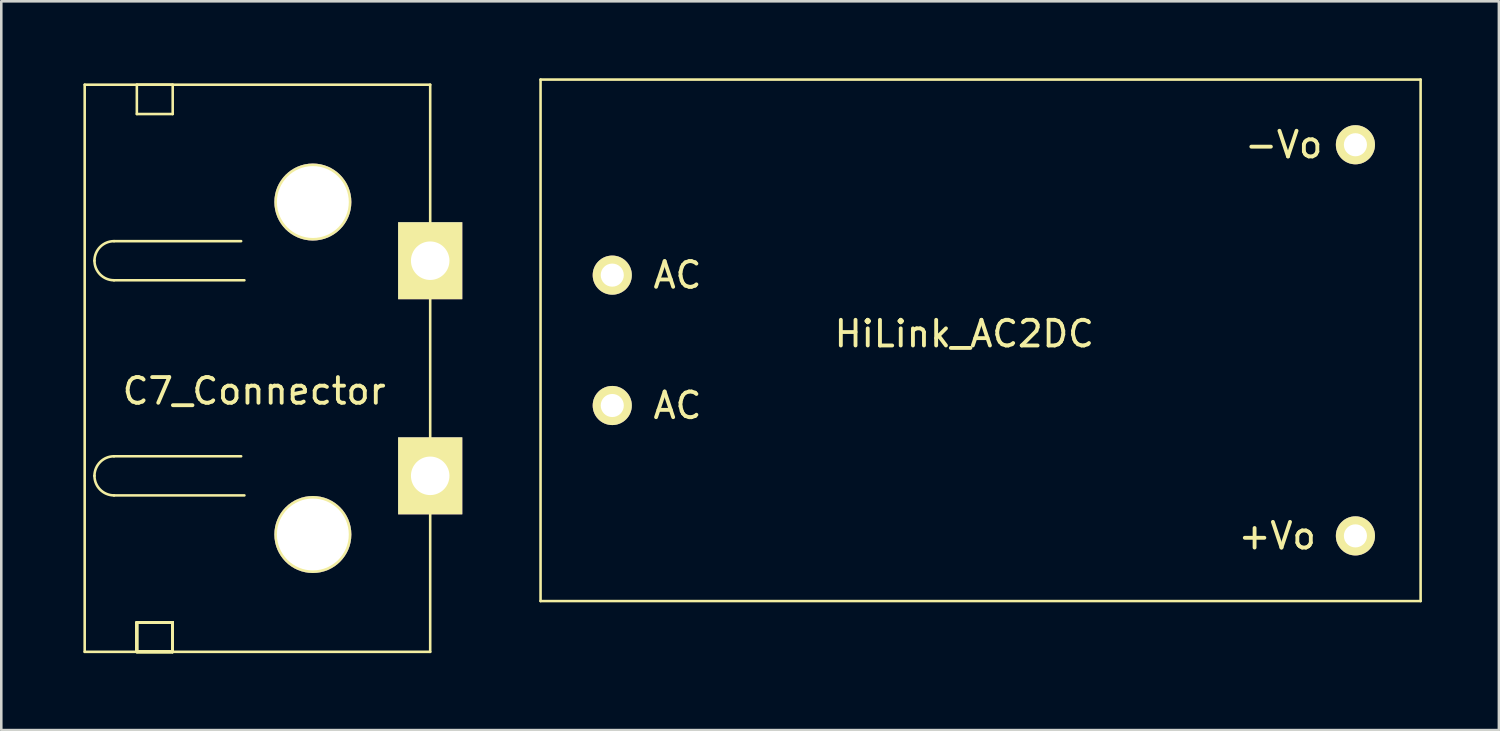
<source format=kicad_pcb>
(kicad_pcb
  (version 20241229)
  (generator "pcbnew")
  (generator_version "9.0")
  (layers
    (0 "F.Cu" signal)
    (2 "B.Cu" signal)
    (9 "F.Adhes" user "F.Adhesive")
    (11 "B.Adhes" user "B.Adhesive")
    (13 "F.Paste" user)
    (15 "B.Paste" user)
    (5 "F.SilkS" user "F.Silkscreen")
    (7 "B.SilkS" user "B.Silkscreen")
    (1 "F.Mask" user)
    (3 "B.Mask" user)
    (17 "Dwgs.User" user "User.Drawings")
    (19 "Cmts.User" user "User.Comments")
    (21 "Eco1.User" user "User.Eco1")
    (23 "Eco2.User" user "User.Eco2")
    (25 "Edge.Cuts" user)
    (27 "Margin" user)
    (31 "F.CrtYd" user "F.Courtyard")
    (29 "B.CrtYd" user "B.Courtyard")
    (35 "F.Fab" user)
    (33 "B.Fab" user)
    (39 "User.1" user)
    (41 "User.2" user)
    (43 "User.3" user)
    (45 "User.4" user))
  (footprint "C7_Connector"
    (layer "F.Cu")
    (at 0.25 0.25)
    (property "Reference" "C7_Connector" (at 6.604 11.938 0) (layer "F.SilkS") (effects (font (size 1 1) (thickness 0.15))))
    (attr through_hole)
    (fp_line (start 0 0) (end 13.462 0) (stroke (width 0.1) (type solid)) (layer "F.SilkS"))
    (fp_line (start 0 22.098) (end 0 0) (stroke (width 0.1) (type solid)) (layer "F.SilkS"))
    (fp_line (start 2.032 0) (end 2.032 1.143) (stroke (width 0.1) (type solid)) (layer "F.SilkS"))
    (fp_line (start 2.032 1.143) (end 3.429 1.143) (stroke (width 0.1) (type solid)) (layer "F.SilkS"))
    (fp_line (start 2.032 20.955) (end 2.032 22.098) (stroke (width 0.1) (type solid)) (layer "F.SilkS"))
    (fp_line (start 2.032 20.955) (end 2.032 22.098) (stroke (width 0.1) (type solid)) (layer "F.SilkS"))
    (fp_line (start 2.032 20.955) (end 2.032 22.098) (stroke (width 0.1) (type solid)) (layer "F.SilkS"))
    (fp_line (start 2.032 20.955) (end 2.032 22.098) (stroke (width 0.1) (type solid)) (layer "F.SilkS"))
    (fp_line (start 2.032 20.955) (end 2.032 22.098) (stroke (width 0.1) (type solid)) (layer "F.SilkS"))
    (fp_line (start 2.032 20.955) (end 2.032 22.098) (stroke (width 0.1) (type solid)) (layer "F.SilkS"))
    (fp_line (start 2.032 20.955) (end 2.032 22.098) (stroke (width 0.1) (type solid)) (layer "F.SilkS"))
    (fp_line (start 2.032 20.955) (end 2.032 22.098) (stroke (width 0.1) (type solid)) (layer "F.SilkS"))
    (fp_line (start 2.032 22.098) (end 3.429 22.098) (stroke (width 0.1) (type solid)) (layer "F.SilkS"))
    (fp_line (start 2.032 22.098) (end 3.429 22.098) (stroke (width 0.1) (type solid)) (layer "F.SilkS"))
    (fp_line (start 2.032 22.098) (end 3.429 22.098) (stroke (width 0.1) (type solid)) (layer "F.SilkS"))
    (fp_line (start 2.032 22.098) (end 3.429 22.098) (stroke (width 0.1) (type solid)) (layer "F.SilkS"))
    (fp_line (start 2.032 22.098) (end 3.429 22.098) (stroke (width 0.1) (type solid)) (layer "F.SilkS"))
    (fp_line (start 2.032 22.098) (end 3.429 22.098) (stroke (width 0.1) (type solid)) (layer "F.SilkS"))
    (fp_line (start 2.032 22.098) (end 3.429 22.098) (stroke (width 0.1) (type solid)) (layer "F.SilkS"))
    (fp_line (start 2.032 22.098) (end 3.429 22.098) (stroke (width 0.1) (type solid)) (layer "F.SilkS"))
    (fp_line (start 3.429 0) (end 2.032 0) (stroke (width 0.1) (type solid)) (layer "F.SilkS"))
    (fp_line (start 3.429 1.143) (end 3.429 0) (stroke (width 0.1) (type solid)) (layer "F.SilkS"))
    (fp_line (start 3.429 20.955) (end 2.032 20.955) (stroke (width 0.1) (type solid)) (layer "F.SilkS"))
    (fp_line (start 3.429 20.955) (end 2.032 20.955) (stroke (width 0.1) (type solid)) (layer "F.SilkS"))
    (fp_line (start 3.429 20.955) (end 2.032 20.955) (stroke (width 0.1) (type solid)) (layer "F.SilkS"))
    (fp_line (start 3.429 20.955) (end 2.032 20.955) (stroke (width 0.1) (type solid)) (layer "F.SilkS"))
    (fp_line (start 3.429 20.955) (end 2.032 20.955) (stroke (width 0.1) (type solid)) (layer "F.SilkS"))
    (fp_line (start 3.429 20.955) (end 2.032 20.955) (stroke (width 0.1) (type solid)) (layer "F.SilkS"))
    (fp_line (start 3.429 20.955) (end 2.032 20.955) (stroke (width 0.1) (type solid)) (layer "F.SilkS"))
    (fp_line (start 3.429 20.955) (end 2.032 20.955) (stroke (width 0.1) (type solid)) (layer "F.SilkS"))
    (fp_line (start 3.429 22.098) (end 3.429 20.955) (stroke (width 0.1) (type solid)) (layer "F.SilkS"))
    (fp_line (start 3.429 22.098) (end 3.429 20.955) (stroke (width 0.1) (type solid)) (layer "F.SilkS"))
    (fp_line (start 3.429 22.098) (end 3.429 20.955) (stroke (width 0.1) (type solid)) (layer "F.SilkS"))
    (fp_line (start 3.429 22.098) (end 3.429 20.955) (stroke (width 0.1) (type solid)) (layer "F.SilkS"))
    (fp_line (start 3.429 22.098) (end 3.429 20.955) (stroke (width 0.1) (type solid)) (layer "F.SilkS"))
    (fp_line (start 3.429 22.098) (end 3.429 20.955) (stroke (width 0.1) (type solid)) (layer "F.SilkS"))
    (fp_line (start 3.429 22.098) (end 3.429 20.955) (stroke (width 0.1) (type solid)) (layer "F.SilkS"))
    (fp_line (start 3.429 22.098) (end 3.429 20.955) (stroke (width 0.1) (type solid)) (layer "F.SilkS"))
    (fp_line (start 6.096 6.096) (end 1.143 6.096) (stroke (width 0.1) (type solid)) (layer "F.SilkS"))
    (fp_line (start 6.096 14.478) (end 1.143 14.478) (stroke (width 0.1) (type solid)) (layer "F.SilkS"))
    (fp_line (start 6.223 7.62) (end 1.143 7.62) (stroke (width 0.1) (type solid)) (layer "F.SilkS"))
    (fp_line (start 6.223 16.002) (end 1.143 16.002) (stroke (width 0.1) (type solid)) (layer "F.SilkS"))
    (fp_line (start 13.462 0) (end 13.462 22.098) (stroke (width 0.1) (type solid)) (layer "F.SilkS"))
    (fp_line (start 13.462 22.098) (end 0 22.098) (stroke (width 0.1) (type solid)) (layer "F.SilkS"))
    (fp_arc (start 0.381 6.858) (mid 0.604185 6.319185) (end 1.143 6.096) (stroke (width 0.1) (type solid)) (layer "F.SilkS"))
    (fp_arc (start 0.381 15.24) (mid 0.604185 14.701185) (end 1.143 14.478) (stroke (width 0.1) (type solid)) (layer "F.SilkS"))
    (fp_arc (start 1.143 7.62) (mid 0.604185 7.396815) (end 0.381 6.858) (stroke (width 0.1) (type solid)) (layer "F.SilkS"))
    (fp_arc (start 1.143 16.002) (mid 0.604185 15.778815) (end 0.381 15.24) (stroke (width 0.1) (type solid)) (layer "F.SilkS"))
    (pad "1" thru_hole rect (at 13.462 15.24) (size 2.5 3) (drill 1.5) (layers "*.Cu" "*.Mask" "F.SilkS"))
    (pad "2" thru_hole rect (at 13.462 6.858) (size 2.5 3) (drill 1.5) (layers "*.Cu" "*.Mask" "F.SilkS"))
    (pad "C" thru_hole circle (at 8.89 4.572) (size 3 3) (drill 2.8) (layers "*.Cu" "*.Mask" "F.SilkS"))
    (pad "C" thru_hole circle (at 8.89 17.526) (size 3 3) (drill 2.8) (layers "*.Cu" "*.Mask" "F.SilkS")))
  (footprint "HiLink_AC2DC"
    (layer "F.Cu")
    (at 35.967 10.351)
    (property "Reference" "HiLink_AC2DC" (at -1.445 -0.395 180) (layer "F.SilkS") (effects (font (size 1 1) (thickness 0.15))))
    (attr through_hole)
    (fp_line (start -17.955 -10.301) (end 16.335 -10.301) (stroke (width 0.1) (type solid)) (layer "F.SilkS"))
    (fp_line (start -17.955 10.019) (end -17.955 -10.301) (stroke (width 0.1) (type solid)) (layer "F.SilkS"))
    (fp_line (start 16.335 -10.301) (end 16.335 10.019) (stroke (width 0.1) (type solid)) (layer "F.SilkS"))
    (fp_line (start 16.335 10.019) (end -17.955 10.019) (stroke (width 0.1) (type solid)) (layer "F.SilkS"))
    (fp_text user "AC" (at -12.621 2.399 180) (layer "F.SilkS") (effects (font (size 1 1) (thickness 0.15))))
    (fp_text user "AC" (at -12.621 -2.681 180) (layer "F.SilkS") (effects (font (size 1 1) (thickness 0.15))))
    (fp_text user "-Vo" (at 11.001 -7.761 0) (layer "F.SilkS") (effects (font (size 1 1) (thickness 0.15))))
    (fp_text user "+Vo" (at 10.747 7.479 0) (layer "F.SilkS") (effects (font (size 1 1) (thickness 0.15))))
    (pad "1" thru_hole circle (at -15.161 -2.681 180) (size 1.524 1.524) (drill 0.9) (layers "*.Cu" "*.Mask" "F.SilkS"))
    (pad "2" thru_hole circle (at -15.161 2.399 180) (size 1.524 1.524) (drill 0.9) (layers "*.Cu" "*.Mask" "F.SilkS"))
    (pad "3" thru_hole circle (at 13.795 -7.761 180) (size 1.524 1.524) (drill 0.9) (layers "*.Cu" "*.Mask" "F.SilkS"))
    (pad "4" thru_hole circle (at 13.795 7.479 180) (size 1.524 1.524) (drill 0.9) (layers "*.Cu" "*.Mask" "F.SilkS")))
  (gr_rect
    (start -3 -3)
    (end 55.352 25.398)
    (stroke (width 0.1) (type default))
    (fill no)
    (layer "Edge.Cuts")))
</source>
